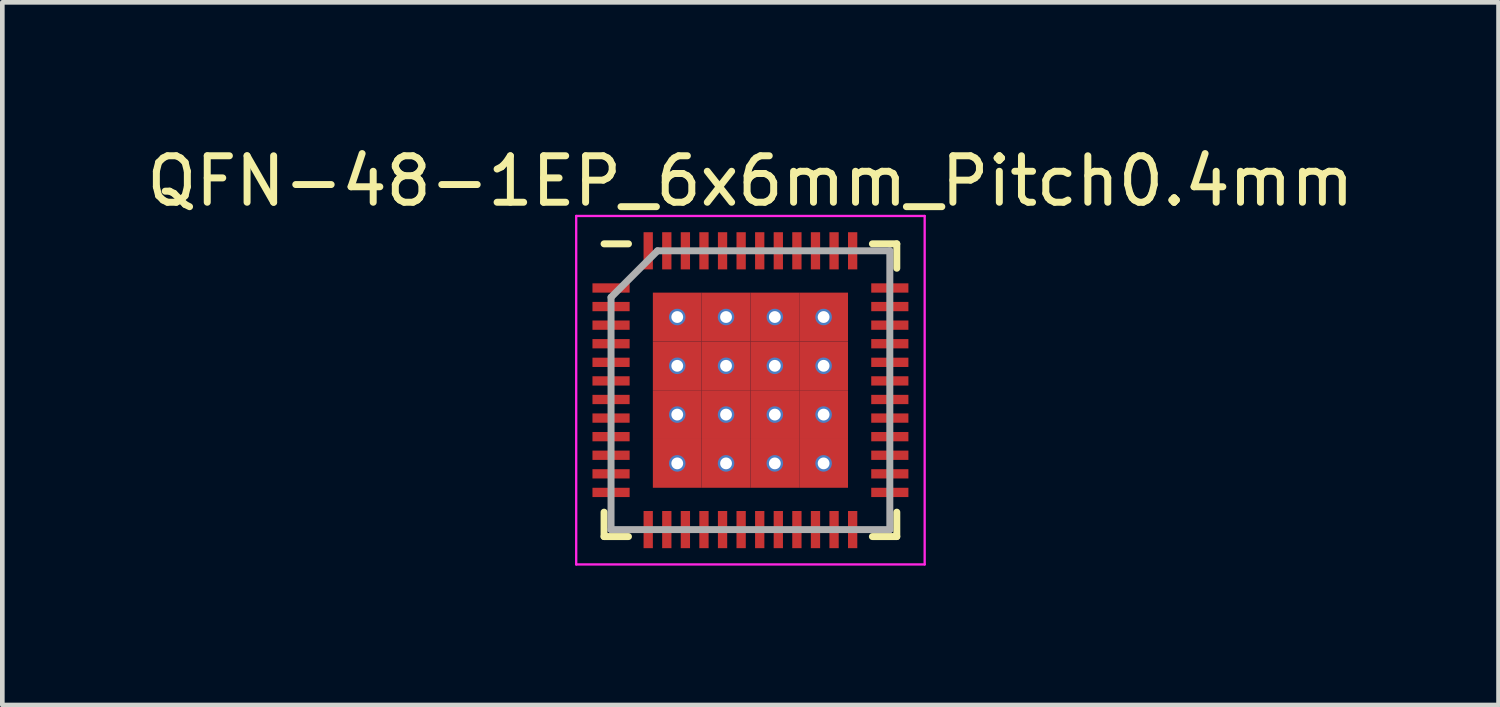
<source format=kicad_pcb>
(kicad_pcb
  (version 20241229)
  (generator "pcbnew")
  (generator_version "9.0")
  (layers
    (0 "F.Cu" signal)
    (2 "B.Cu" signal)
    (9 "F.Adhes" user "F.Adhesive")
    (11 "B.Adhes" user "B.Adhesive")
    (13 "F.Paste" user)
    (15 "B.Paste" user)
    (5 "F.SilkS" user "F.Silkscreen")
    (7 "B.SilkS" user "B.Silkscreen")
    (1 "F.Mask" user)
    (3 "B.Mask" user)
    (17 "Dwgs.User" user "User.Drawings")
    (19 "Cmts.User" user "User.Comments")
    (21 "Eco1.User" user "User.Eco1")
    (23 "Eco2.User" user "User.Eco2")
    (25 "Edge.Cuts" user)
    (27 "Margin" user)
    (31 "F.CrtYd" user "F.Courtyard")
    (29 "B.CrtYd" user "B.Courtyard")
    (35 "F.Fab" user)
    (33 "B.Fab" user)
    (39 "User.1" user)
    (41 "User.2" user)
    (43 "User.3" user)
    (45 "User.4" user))
  (footprint "QFN-48-1EP_6x6mm_Pitch0.4mm"
    (layer "F.Cu")
    (at 13.101 5.348)
    (property "Reference" "QFN-48-1EP_6x6mm_Pitch0.4mm" (at 0 -4.5 0) (layer "F.SilkS") (effects (font (size 1 1) (thickness 0.15))))
    (attr smd)
    (fp_line (start -3.15 -3.15) (end -2.625 -3.15) (stroke (width 0.15) (type solid)) (layer "F.SilkS"))
    (fp_line (start -3.15 3.15) (end -3.15 2.625) (stroke (width 0.15) (type solid)) (layer "F.SilkS"))
    (fp_line (start -3.15 3.15) (end -2.625 3.15) (stroke (width 0.15) (type solid)) (layer "F.SilkS"))
    (fp_line (start 3.15 -3.15) (end 2.625 -3.15) (stroke (width 0.15) (type solid)) (layer "F.SilkS"))
    (fp_line (start 3.15 -3.15) (end 3.15 -2.625) (stroke (width 0.15) (type solid)) (layer "F.SilkS"))
    (fp_line (start 3.15 3.15) (end 2.625 3.15) (stroke (width 0.15) (type solid)) (layer "F.SilkS"))
    (fp_line (start 3.15 3.15) (end 3.15 2.625) (stroke (width 0.15) (type solid)) (layer "F.SilkS"))
    (fp_line (start -3.75 -3.75) (end -3.75 3.75) (stroke (width 0.05) (type solid)) (layer "F.CrtYd"))
    (fp_line (start -3.75 -3.75) (end 3.75 -3.75) (stroke (width 0.05) (type solid)) (layer "F.CrtYd"))
    (fp_line (start -3.75 3.75) (end 3.75 3.75) (stroke (width 0.05) (type solid)) (layer "F.CrtYd"))
    (fp_line (start 3.75 -3.75) (end 3.75 3.75) (stroke (width 0.05) (type solid)) (layer "F.CrtYd"))
    (fp_line (start -3 -2) (end -2 -3) (stroke (width 0.15) (type solid)) (layer "F.Fab"))
    (fp_line (start -3 3) (end -3 -2) (stroke (width 0.15) (type solid)) (layer "F.Fab"))
    (fp_line (start -2 -3) (end 3 -3) (stroke (width 0.15) (type solid)) (layer "F.Fab"))
    (fp_line (start 3 -3) (end 3 3) (stroke (width 0.15) (type solid)) (layer "F.Fab"))
    (fp_line (start 3 3) (end -3 3) (stroke (width 0.15) (type solid)) (layer "F.Fab"))
    (pad "1" smd rect (at -3 -2.2) (size 0.8 0.2) (layers "F.Cu" "F.Mask" "F.Paste"))
    (pad "2" smd rect (at -3 -1.8) (size 0.8 0.2) (layers "F.Cu" "F.Mask" "F.Paste"))
    (pad "3" smd rect (at -3 -1.4) (size 0.8 0.2) (layers "F.Cu" "F.Mask" "F.Paste"))
    (pad "4" smd rect (at -3 -1) (size 0.8 0.2) (layers "F.Cu" "F.Mask" "F.Paste"))
    (pad "5" smd rect (at -3 -0.6) (size 0.8 0.2) (layers "F.Cu" "F.Mask" "F.Paste"))
    (pad "6" smd rect (at -3 -0.2) (size 0.8 0.2) (layers "F.Cu" "F.Mask" "F.Paste"))
    (pad "7" smd rect (at -3 0.2) (size 0.8 0.2) (layers "F.Cu" "F.Mask" "F.Paste"))
    (pad "8" smd rect (at -3 0.6) (size 0.8 0.2) (layers "F.Cu" "F.Mask" "F.Paste"))
    (pad "9" smd rect (at -3 1) (size 0.8 0.2) (layers "F.Cu" "F.Mask" "F.Paste"))
    (pad "10" smd rect (at -3 1.4) (size 0.8 0.2) (layers "F.Cu" "F.Mask" "F.Paste"))
    (pad "11" smd rect (at -3 1.8) (size 0.8 0.2) (layers "F.Cu" "F.Mask" "F.Paste"))
    (pad "12" smd rect (at -3 2.2) (size 0.8 0.2) (layers "F.Cu" "F.Mask" "F.Paste"))
    (pad "13" smd rect (at -2.2 3 90) (size 0.8 0.2) (layers "F.Cu" "F.Mask" "F.Paste"))
    (pad "14" smd rect (at -1.8 3 90) (size 0.8 0.2) (layers "F.Cu" "F.Mask" "F.Paste"))
    (pad "15" smd rect (at -1.4 3 90) (size 0.8 0.2) (layers "F.Cu" "F.Mask" "F.Paste"))
    (pad "16" smd rect (at -1 3 90) (size 0.8 0.2) (layers "F.Cu" "F.Mask" "F.Paste"))
    (pad "17" smd rect (at -0.6 3 90) (size 0.8 0.2) (layers "F.Cu" "F.Mask" "F.Paste"))
    (pad "18" smd rect (at -0.2 3 90) (size 0.8 0.2) (layers "F.Cu" "F.Mask" "F.Paste"))
    (pad "19" smd rect (at 0.2 3 90) (size 0.8 0.2) (layers "F.Cu" "F.Mask" "F.Paste"))
    (pad "20" smd rect (at 0.6 3 90) (size 0.8 0.2) (layers "F.Cu" "F.Mask" "F.Paste"))
    (pad "21" smd rect (at 1 3 90) (size 0.8 0.2) (layers "F.Cu" "F.Mask" "F.Paste"))
    (pad "22" smd rect (at 1.4 3 90) (size 0.8 0.2) (layers "F.Cu" "F.Mask" "F.Paste"))
    (pad "23" smd rect (at 1.8 3 90) (size 0.8 0.2) (layers "F.Cu" "F.Mask" "F.Paste"))
    (pad "24" smd rect (at 2.2 3 90) (size 0.8 0.2) (layers "F.Cu" "F.Mask" "F.Paste"))
    (pad "25" smd rect (at 3 2.2) (size 0.8 0.2) (layers "F.Cu" "F.Mask" "F.Paste"))
    (pad "26" smd rect (at 3 1.8) (size 0.8 0.2) (layers "F.Cu" "F.Mask" "F.Paste"))
    (pad "27" smd rect (at 3 1.4) (size 0.8 0.2) (layers "F.Cu" "F.Mask" "F.Paste"))
    (pad "28" smd rect (at 3 1) (size 0.8 0.2) (layers "F.Cu" "F.Mask" "F.Paste"))
    (pad "29" smd rect (at 3 0.6) (size 0.8 0.2) (layers "F.Cu" "F.Mask" "F.Paste"))
    (pad "30" smd rect (at 3 0.2) (size 0.8 0.2) (layers "F.Cu" "F.Mask" "F.Paste"))
    (pad "31" smd rect (at 3 -0.2) (size 0.8 0.2) (layers "F.Cu" "F.Mask" "F.Paste"))
    (pad "32" smd rect (at 3 -0.6) (size 0.8 0.2) (layers "F.Cu" "F.Mask" "F.Paste"))
    (pad "33" smd rect (at 3 -1) (size 0.8 0.2) (layers "F.Cu" "F.Mask" "F.Paste"))
    (pad "34" smd rect (at 3 -1.4) (size 0.8 0.2) (layers "F.Cu" "F.Mask" "F.Paste"))
    (pad "35" smd rect (at 3 -1.8) (size 0.8 0.2) (layers "F.Cu" "F.Mask" "F.Paste"))
    (pad "36" smd rect (at 3 -2.2) (size 0.8 0.2) (layers "F.Cu" "F.Mask" "F.Paste"))
    (pad "37" smd rect (at 2.2 -3 90) (size 0.8 0.2) (layers "F.Cu" "F.Mask" "F.Paste"))
    (pad "38" smd rect (at 1.8 -3 90) (size 0.8 0.2) (layers "F.Cu" "F.Mask" "F.Paste"))
    (pad "39" smd rect (at 1.4 -3 90) (size 0.8 0.2) (layers "F.Cu" "F.Mask" "F.Paste"))
    (pad "40" smd rect (at 1 -3 90) (size 0.8 0.2) (layers "F.Cu" "F.Mask" "F.Paste"))
    (pad "41" smd rect (at 0.6 -3 90) (size 0.8 0.2) (layers "F.Cu" "F.Mask" "F.Paste"))
    (pad "42" smd rect (at 0.2 -3 90) (size 0.8 0.2) (layers "F.Cu" "F.Mask" "F.Paste"))
    (pad "43" smd rect (at -0.2 -3 90) (size 0.8 0.2) (layers "F.Cu" "F.Mask" "F.Paste"))
    (pad "44" smd rect (at -0.6 -3 90) (size 0.8 0.2) (layers "F.Cu" "F.Mask" "F.Paste"))
    (pad "45" smd rect (at -1 -3 90) (size 0.8 0.2) (layers "F.Cu" "F.Mask" "F.Paste"))
    (pad "46" smd rect (at -1.4 -3 90) (size 0.8 0.2) (layers "F.Cu" "F.Mask" "F.Paste"))
    (pad "47" smd rect (at -1.8 -3 90) (size 0.8 0.2) (layers "F.Cu" "F.Mask" "F.Paste"))
    (pad "48" smd rect (at -2.2 -3 90) (size 0.8 0.2) (layers "F.Cu" "F.Mask" "F.Paste"))
    (pad "49" thru_hole circle (at -1.575 -1.575) (size 0.356 0.356) (drill 0.254) (layers "*.Cu"))
    (pad "49" smd rect (at -1.575 -1.575) (size 1.05 1.05) (layers "F.Cu" "F.Mask" "F.Paste"))
    (pad "49" thru_hole circle (at -1.575 -0.525) (size 0.356 0.356) (drill 0.254) (layers "*.Cu"))
    (pad "49" smd rect (at -1.575 -0.525) (size 1.05 1.05) (layers "F.Cu" "F.Mask" "F.Paste"))
    (pad "49" thru_hole circle (at -1.575 0.525) (size 0.356 0.356) (drill 0.254) (layers "*.Cu"))
    (pad "49" smd rect (at -1.575 0.525) (size 1.05 1.05) (layers "F.Cu" "F.Mask" "F.Paste"))
    (pad "49" thru_hole circle (at -1.575 1.575) (size 0.356 0.356) (drill 0.254) (layers "*.Cu"))
    (pad "49" smd rect (at -1.575 1.575) (size 1.05 1.05) (layers "F.Cu" "F.Mask" "F.Paste"))
    (pad "49" thru_hole circle (at -0.525 -1.575) (size 0.356 0.356) (drill 0.254) (layers "*.Cu"))
    (pad "49" smd rect (at -0.525 -1.575) (size 1.05 1.05) (layers "F.Cu" "F.Mask" "F.Paste"))
    (pad "49" thru_hole circle (at -0.525 -0.525) (size 0.356 0.356) (drill 0.254) (layers "*.Cu"))
    (pad "49" smd rect (at -0.525 -0.525) (size 1.05 1.05) (layers "F.Cu" "F.Mask" "F.Paste"))
    (pad "49" thru_hole circle (at -0.525 0.525) (size 0.356 0.356) (drill 0.254) (layers "*.Cu"))
    (pad "49" smd rect (at -0.525 0.525) (size 1.05 1.05) (layers "F.Cu" "F.Mask" "F.Paste"))
    (pad "49" thru_hole circle (at -0.525 1.575) (size 0.356 0.356) (drill 0.254) (layers "*.Cu"))
    (pad "49" smd rect (at -0.525 1.575) (size 1.05 1.05) (layers "F.Cu" "F.Mask" "F.Paste"))
    (pad "49" thru_hole circle (at 0.525 -1.575) (size 0.356 0.356) (drill 0.254) (layers "*.Cu"))
    (pad "49" smd rect (at 0.525 -1.575) (size 1.05 1.05) (layers "F.Cu" "F.Mask" "F.Paste"))
    (pad "49" thru_hole circle (at 0.525 -0.525) (size 0.356 0.356) (drill 0.254) (layers "*.Cu"))
    (pad "49" smd rect (at 0.525 -0.525) (size 1.05 1.05) (layers "F.Cu" "F.Mask" "F.Paste"))
    (pad "49" thru_hole circle (at 0.525 0.525) (size 0.356 0.356) (drill 0.254) (layers "*.Cu"))
    (pad "49" smd rect (at 0.525 0.525) (size 1.05 1.05) (layers "F.Cu" "F.Mask" "F.Paste"))
    (pad "49" thru_hole circle (at 0.525 1.575) (size 0.356 0.356) (drill 0.254) (layers "*.Cu"))
    (pad "49" smd rect (at 0.525 1.575) (size 1.05 1.05) (layers "F.Cu" "F.Mask" "F.Paste"))
    (pad "49" thru_hole circle (at 1.575 -1.575) (size 0.356 0.356) (drill 0.254) (layers "*.Cu"))
    (pad "49" smd rect (at 1.575 -1.575) (size 1.05 1.05) (layers "F.Cu" "F.Mask" "F.Paste"))
    (pad "49" thru_hole circle (at 1.575 -0.525) (size 0.356 0.356) (drill 0.254) (layers "*.Cu"))
    (pad "49" smd rect (at 1.575 -0.525) (size 1.05 1.05) (layers "F.Cu" "F.Mask" "F.Paste"))
    (pad "49" thru_hole circle (at 1.575 0.525) (size 0.356 0.356) (drill 0.254) (layers "*.Cu"))
    (pad "49" smd rect (at 1.575 0.525) (size 1.05 1.05) (layers "F.Cu" "F.Mask" "F.Paste"))
    (pad "49" thru_hole circle (at 1.575 1.575) (size 0.356 0.356) (drill 0.254) (layers "*.Cu"))
    (pad "49" smd rect (at 1.575 1.575) (size 1.05 1.05) (layers "F.Cu" "F.Mask" "F.Paste")))
  (gr_rect
    (start -3 -3)
    (end 29.202 12.123)
    (stroke (width 0.1) (type default))
    (fill no)
    (layer "Edge.Cuts")))
</source>
